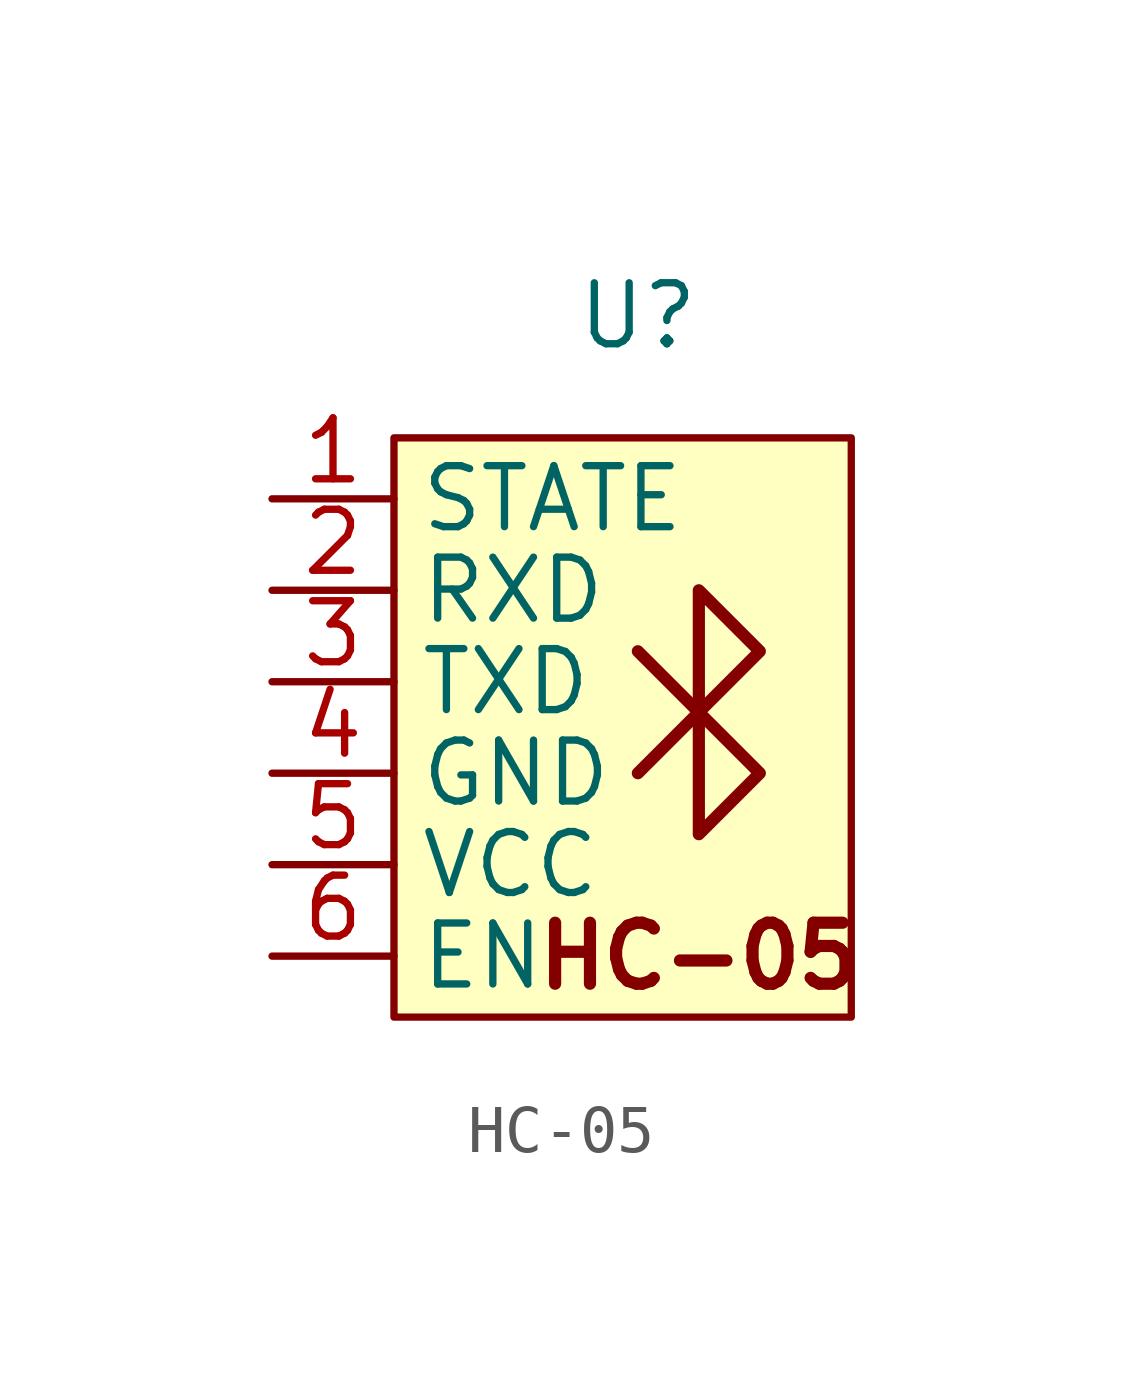
<source format=kicad_sym>
(kicad_symbol_lib
  (version 20220914)
  (generator kicad_symbol_editor)
  (symbol "HC-05"
    (property "Reference" "U"
      (at 0 3.175 0)
      (effects (font (size 1.27 1.27))))
    (property "Value" ""
      (at 0 0 0)
      (effects (font (size 1.27 1.27))))
    (symbol "HC-05_1_1"
      (rectangle (start -5.08 0.635) (end 4.445 -11.43) (stroke (width 0) (type default)) (fill (type background)))
      (polyline (pts (xy 1.27 -5.08) (xy 0 -6.35)) (stroke (width 0.254) (type default)) (fill (type none)))
      (polyline (pts (xy 1.27 -5.08) (xy 0 -3.81)) (stroke (width 0.254) (type default)) (fill (type none)))
      (polyline (pts (xy 1.27 -4.445) (xy 1.27 -7.62) (xy 2.54 -6.35) (xy 1.27 -5.08) (xy 2.54 -3.81) (xy 1.27 -2.54) (xy 1.27 -4.445)) (stroke (width 0.254) (type default)) (fill (type none)))
      (text "HC-05" (at 1.27 -10.16 0) (effects (font (size 1.27 1.27) bold)))
      (pin input line (at -7.62 -0.635 0) (length 2.54) (name "STATE" (effects (font (size 1.27 1.27)))) (number "1" (effects (font (size 1.27 1.27)))))
      (pin input line (at -7.62 -2.54 0) (length 2.54) (name "RXD" (effects (font (size 1.27 1.27)))) (number "2" (effects (font (size 1.27 1.27)))))
      (pin input line (at -7.62 -4.445 0) (length 2.54) (name "TXD" (effects (font (size 1.27 1.27)))) (number "3" (effects (font (size 1.27 1.27)))))
      (pin input line (at -7.62 -6.35 0) (length 2.54) (name "GND" (effects (font (size 1.27 1.27)))) (number "4" (effects (font (size 1.27 1.27)))))
      (pin input line (at -7.62 -8.255 0) (length 2.54) (name "VCC" (effects (font (size 1.27 1.27)))) (number "5" (effects (font (size 1.27 1.27)))))
      (pin input line (at -7.62 -10.16 0) (length 2.54) (name "EN" (effects (font (size 1.27 1.27)))) (number "6" (effects (font (size 1.27 1.27))))))))
</source>
